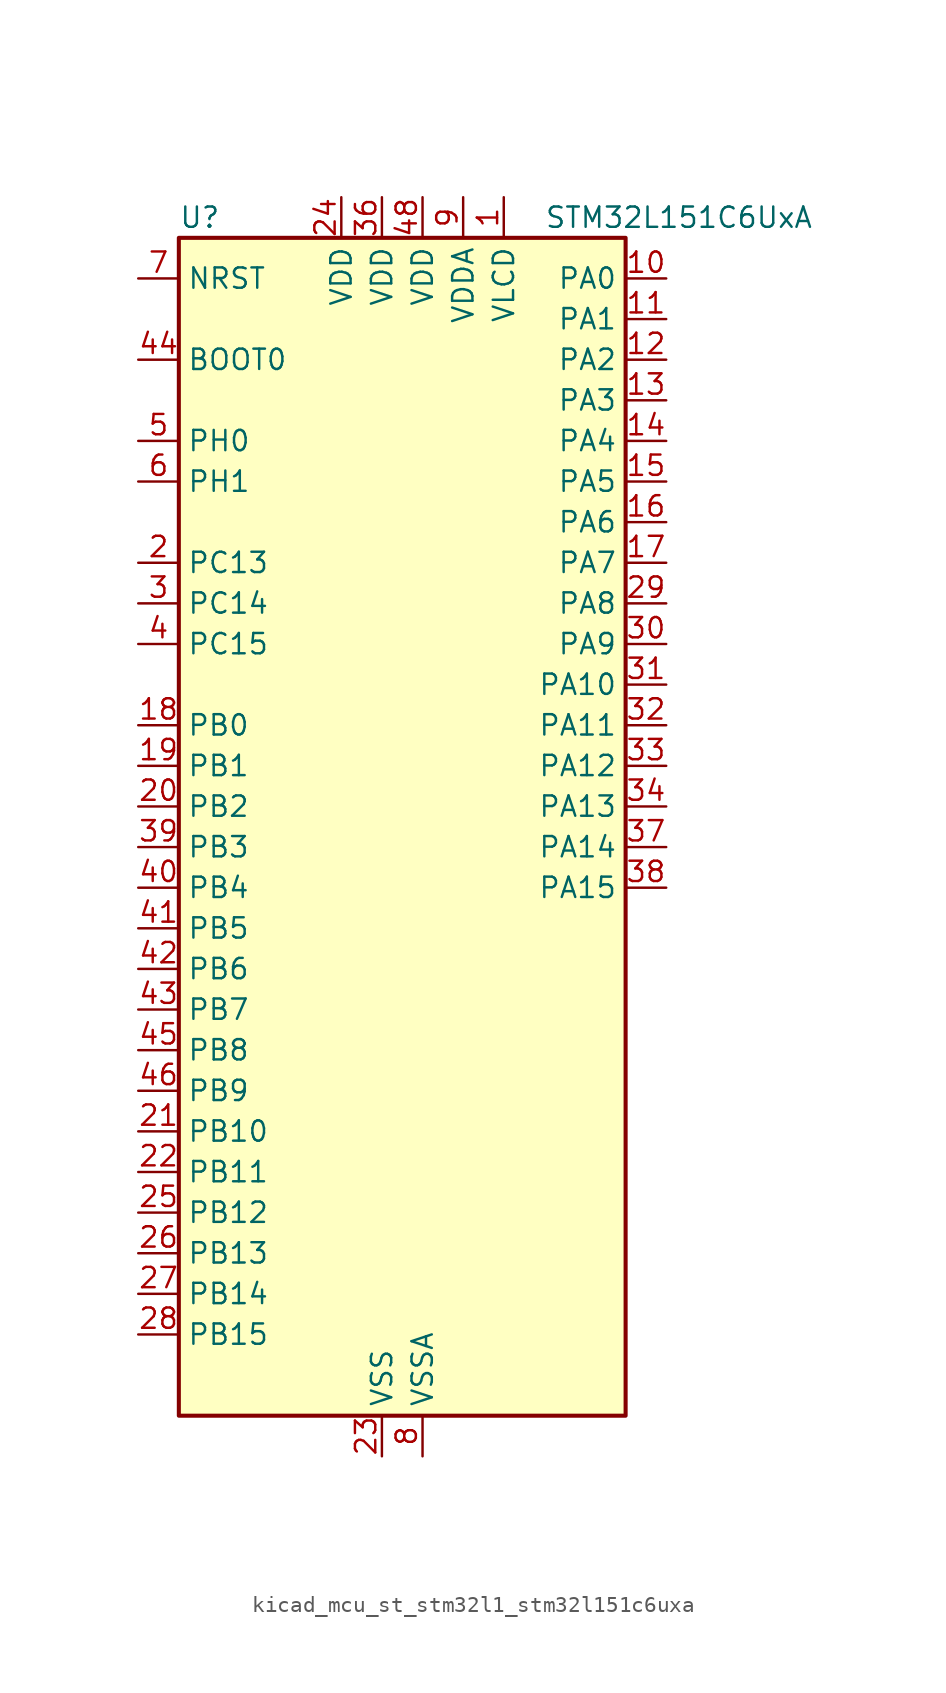
<source format=kicad_sym>
(kicad_symbol_lib
  (version 20220914)
  (generator kicad_symbol_editor)
  (symbol "kicad_mcu_st_stm32l1_stm32l151c6uxa"
    (property "Reference" "U"
      (at -12.7 39.37 0)
      (effects (font (size 1.27 1.27)) (justify left)))
    (property "Value" "STM32L151C6UxA"
      (at 10.16 39.37 0)
      (effects (font (size 1.27 1.27)) (justify left)))
    (property "ki_locked" ""
      (at 0 0 0)
      (effects (font (size 1.27 1.27))))
    (symbol "kicad_mcu_st_stm32l1_stm32l151c6uxa_0_1"
      (rectangle (start -12.7 -35.56) (end 15.24 38.1) (stroke (width 0.254) (type default)) (fill (type background))))
    (symbol "kicad_mcu_st_stm32l1_stm32l151c6uxa_1_1"
      (pin power_in line (at 7.62 40.64 270) (length 2.54) (name "VLCD" (effects (font (size 1.27 1.27)))) (number "1" (effects (font (size 1.27 1.27)))))
      (pin bidirectional line (at 17.78 35.56 180) (length 2.54) (name "PA0" (effects (font (size 1.27 1.27)))) (number "10" (effects (font (size 1.27 1.27)))) (alternate "ADC_IN0" bidirectional line) (alternate "COMP1_INP" bidirectional line) (alternate "RTC_TAMP2" bidirectional line) (alternate "SYS_WKUP1" bidirectional line) (alternate "TIM2_CH1" bidirectional line) (alternate "TIM2_ETR" bidirectional line) (alternate "TIMX_IC1" bidirectional line) (alternate "TS_G1_IO1" bidirectional line) (alternate "USART2_CTS" bidirectional line))
      (pin bidirectional line (at 17.78 33.02 180) (length 2.54) (name "PA1" (effects (font (size 1.27 1.27)))) (number "11" (effects (font (size 1.27 1.27)))) (alternate "ADC_IN1" bidirectional line) (alternate "COMP1_INP" bidirectional line) (alternate "TIM2_CH2" bidirectional line) (alternate "TIMX_IC2" bidirectional line) (alternate "TS_G1_IO2" bidirectional line) (alternate "USART2_RTS" bidirectional line))
      (pin bidirectional line (at 17.78 30.48 180) (length 2.54) (name "PA2" (effects (font (size 1.27 1.27)))) (number "12" (effects (font (size 1.27 1.27)))) (alternate "ADC_IN2" bidirectional line) (alternate "COMP1_INP" bidirectional line) (alternate "TIM2_CH3" bidirectional line) (alternate "TIM9_CH1" bidirectional line) (alternate "TIMX_IC3" bidirectional line) (alternate "TS_G1_IO3" bidirectional line) (alternate "USART2_TX" bidirectional line))
      (pin bidirectional line (at 17.78 27.94 180) (length 2.54) (name "PA3" (effects (font (size 1.27 1.27)))) (number "13" (effects (font (size 1.27 1.27)))) (alternate "ADC_IN3" bidirectional line) (alternate "COMP1_INP" bidirectional line) (alternate "TIM2_CH4" bidirectional line) (alternate "TIM9_CH2" bidirectional line) (alternate "TIMX_IC4" bidirectional line) (alternate "TS_G1_IO4" bidirectional line) (alternate "USART2_RX" bidirectional line))
      (pin bidirectional line (at 17.78 25.4 180) (length 2.54) (name "PA4" (effects (font (size 1.27 1.27)))) (number "14" (effects (font (size 1.27 1.27)))) (alternate "ADC_IN4" bidirectional line) (alternate "COMP1_INP" bidirectional line) (alternate "DAC_OUT1" bidirectional line) (alternate "SPI1_NSS" bidirectional line) (alternate "TIMX_IC1" bidirectional line) (alternate "USART2_CK" bidirectional line))
      (pin bidirectional line (at 17.78 22.86 180) (length 2.54) (name "PA5" (effects (font (size 1.27 1.27)))) (number "15" (effects (font (size 1.27 1.27)))) (alternate "ADC_IN5" bidirectional line) (alternate "COMP1_INP" bidirectional line) (alternate "DAC_OUT2" bidirectional line) (alternate "SPI1_SCK" bidirectional line) (alternate "TIM2_CH1" bidirectional line) (alternate "TIM2_ETR" bidirectional line) (alternate "TIMX_IC2" bidirectional line))
      (pin bidirectional line (at 17.78 20.32 180) (length 2.54) (name "PA6" (effects (font (size 1.27 1.27)))) (number "16" (effects (font (size 1.27 1.27)))) (alternate "ADC_IN6" bidirectional line) (alternate "COMP1_INP" bidirectional line) (alternate "SPI1_MISO" bidirectional line) (alternate "TIM10_CH1" bidirectional line) (alternate "TIM3_CH1" bidirectional line) (alternate "TIMX_IC3" bidirectional line) (alternate "TS_G2_IO1" bidirectional line))
      (pin bidirectional line (at 17.78 17.78 180) (length 2.54) (name "PA7" (effects (font (size 1.27 1.27)))) (number "17" (effects (font (size 1.27 1.27)))) (alternate "ADC_IN7" bidirectional line) (alternate "COMP1_INP" bidirectional line) (alternate "SPI1_MOSI" bidirectional line) (alternate "TIM11_CH1" bidirectional line) (alternate "TIM3_CH2" bidirectional line) (alternate "TIMX_IC4" bidirectional line) (alternate "TS_G2_IO2" bidirectional line))
      (pin bidirectional line (at -15.24 7.62 0) (length 2.54) (name "PB0" (effects (font (size 1.27 1.27)))) (number "18" (effects (font (size 1.27 1.27)))) (alternate "ADC_IN8" bidirectional line) (alternate "COMP1_INP" bidirectional line) (alternate "SYS_V_REF_OUT" bidirectional line) (alternate "TIM3_CH3" bidirectional line) (alternate "TS_G3_IO1" bidirectional line))
      (pin bidirectional line (at -15.24 5.08 0) (length 2.54) (name "PB1" (effects (font (size 1.27 1.27)))) (number "19" (effects (font (size 1.27 1.27)))) (alternate "ADC_IN9" bidirectional line) (alternate "COMP1_INP" bidirectional line) (alternate "SYS_V_REF_OUT" bidirectional line) (alternate "TIM3_CH4" bidirectional line) (alternate "TS_G3_IO2" bidirectional line))
      (pin bidirectional line (at -15.24 17.78 0) (length 2.54) (name "PC13" (effects (font (size 1.27 1.27)))) (number "2" (effects (font (size 1.27 1.27)))) (alternate "RTC_OUT_ALARM" bidirectional line) (alternate "RTC_OUT_CALIB" bidirectional line) (alternate "RTC_TAMP1" bidirectional line) (alternate "RTC_TS" bidirectional line) (alternate "SYS_WKUP2" bidirectional line) (alternate "TIMX_IC2" bidirectional line))
      (pin bidirectional line (at -15.24 2.54 0) (length 2.54) (name "PB2" (effects (font (size 1.27 1.27)))) (number "20" (effects (font (size 1.27 1.27)))) (alternate "TS_G3_IO3" bidirectional line))
      (pin bidirectional line (at -15.24 -17.78 0) (length 2.54) (name "PB10" (effects (font (size 1.27 1.27)))) (number "21" (effects (font (size 1.27 1.27)))) (alternate "I2C2_SCL" bidirectional line) (alternate "TIM2_CH3" bidirectional line) (alternate "USART3_TX" bidirectional line))
      (pin bidirectional line (at -15.24 -20.32 0) (length 2.54) (name "PB11" (effects (font (size 1.27 1.27)))) (number "22" (effects (font (size 1.27 1.27)))) (alternate "ADC_EXTI11" bidirectional line) (alternate "I2C2_SDA" bidirectional line) (alternate "TIM2_CH4" bidirectional line) (alternate "USART3_RX" bidirectional line))
      (pin power_in line (at 0 -38.1 90) (length 2.54) (name "VSS" (effects (font (size 1.27 1.27)))) (number "23" (effects (font (size 1.27 1.27)))))
      (pin power_in line (at -2.54 40.64 270) (length 2.54) (name "VDD" (effects (font (size 1.27 1.27)))) (number "24" (effects (font (size 1.27 1.27)))))
      (pin bidirectional line (at -15.24 -22.86 0) (length 2.54) (name "PB12" (effects (font (size 1.27 1.27)))) (number "25" (effects (font (size 1.27 1.27)))) (alternate "ADC_IN18" bidirectional line) (alternate "COMP1_INP" bidirectional line) (alternate "I2C2_SMBA" bidirectional line) (alternate "SPI2_NSS" bidirectional line) (alternate "TIM10_CH1" bidirectional line) (alternate "TS_G7_IO1" bidirectional line) (alternate "USART3_CK" bidirectional line))
      (pin bidirectional line (at -15.24 -25.4 0) (length 2.54) (name "PB13" (effects (font (size 1.27 1.27)))) (number "26" (effects (font (size 1.27 1.27)))) (alternate "ADC_IN19" bidirectional line) (alternate "COMP1_INP" bidirectional line) (alternate "SPI2_SCK" bidirectional line) (alternate "TIM9_CH1" bidirectional line) (alternate "TS_G7_IO2" bidirectional line) (alternate "USART3_CTS" bidirectional line))
      (pin bidirectional line (at -15.24 -27.94 0) (length 2.54) (name "PB14" (effects (font (size 1.27 1.27)))) (number "27" (effects (font (size 1.27 1.27)))) (alternate "ADC_IN20" bidirectional line) (alternate "COMP1_INP" bidirectional line) (alternate "SPI2_MISO" bidirectional line) (alternate "TIM9_CH2" bidirectional line) (alternate "TS_G7_IO3" bidirectional line) (alternate "USART3_RTS" bidirectional line))
      (pin bidirectional line (at -15.24 -30.48 0) (length 2.54) (name "PB15" (effects (font (size 1.27 1.27)))) (number "28" (effects (font (size 1.27 1.27)))) (alternate "ADC_EXTI15" bidirectional line) (alternate "ADC_IN21" bidirectional line) (alternate "COMP1_INP" bidirectional line) (alternate "RTC_REFIN" bidirectional line) (alternate "SPI2_MOSI" bidirectional line) (alternate "TIM11_CH1" bidirectional line) (alternate "TS_G7_IO4" bidirectional line))
      (pin bidirectional line (at 17.78 15.24 180) (length 2.54) (name "PA8" (effects (font (size 1.27 1.27)))) (number "29" (effects (font (size 1.27 1.27)))) (alternate "RCC_MCO" bidirectional line) (alternate "TIMX_IC1" bidirectional line) (alternate "TS_G4_IO1" bidirectional line) (alternate "USART1_CK" bidirectional line))
      (pin bidirectional line (at -15.24 15.24 0) (length 2.54) (name "PC14" (effects (font (size 1.27 1.27)))) (number "3" (effects (font (size 1.27 1.27)))) (alternate "RCC_OSC32_IN" bidirectional line) (alternate "TIMX_IC3" bidirectional line))
      (pin bidirectional line (at 17.78 12.7 180) (length 2.54) (name "PA9" (effects (font (size 1.27 1.27)))) (number "30" (effects (font (size 1.27 1.27)))) (alternate "DAC_EXTI9" bidirectional line) (alternate "TIMX_IC2" bidirectional line) (alternate "TS_G4_IO2" bidirectional line) (alternate "USART1_TX" bidirectional line))
      (pin bidirectional line (at 17.78 10.16 180) (length 2.54) (name "PA10" (effects (font (size 1.27 1.27)))) (number "31" (effects (font (size 1.27 1.27)))) (alternate "TIMX_IC3" bidirectional line) (alternate "TS_G4_IO3" bidirectional line) (alternate "USART1_RX" bidirectional line))
      (pin bidirectional line (at 17.78 7.62 180) (length 2.54) (name "PA11" (effects (font (size 1.27 1.27)))) (number "32" (effects (font (size 1.27 1.27)))) (alternate "ADC_EXTI11" bidirectional line) (alternate "SPI1_MISO" bidirectional line) (alternate "TIMX_IC4" bidirectional line) (alternate "USART1_CTS" bidirectional line) (alternate "USB_DM" bidirectional line))
      (pin bidirectional line (at 17.78 5.08 180) (length 2.54) (name "PA12" (effects (font (size 1.27 1.27)))) (number "33" (effects (font (size 1.27 1.27)))) (alternate "SPI1_MOSI" bidirectional line) (alternate "TIMX_IC1" bidirectional line) (alternate "USART1_RTS" bidirectional line) (alternate "USB_DP" bidirectional line))
      (pin bidirectional line (at 17.78 2.54 180) (length 2.54) (name "PA13" (effects (font (size 1.27 1.27)))) (number "34" (effects (font (size 1.27 1.27)))) (alternate "SYS_JTMS-SWDIO" bidirectional line) (alternate "TIMX_IC2" bidirectional line) (alternate "TS_G5_IO1" bidirectional line))
      (pin passive line (at 0 -38.1 90) (length 2.54) hide (name "VSS" (effects (font (size 1.27 1.27)))) (number "35" (effects (font (size 1.27 1.27)))))
      (pin power_in line (at 0 40.64 270) (length 2.54) (name "VDD" (effects (font (size 1.27 1.27)))) (number "36" (effects (font (size 1.27 1.27)))))
      (pin bidirectional line (at 17.78 0 180) (length 2.54) (name "PA14" (effects (font (size 1.27 1.27)))) (number "37" (effects (font (size 1.27 1.27)))) (alternate "SYS_JTCK-SWCLK" bidirectional line) (alternate "TIMX_IC3" bidirectional line) (alternate "TS_G5_IO2" bidirectional line))
      (pin bidirectional line (at 17.78 -2.54 180) (length 2.54) (name "PA15" (effects (font (size 1.27 1.27)))) (number "38" (effects (font (size 1.27 1.27)))) (alternate "ADC_EXTI15" bidirectional line) (alternate "SPI1_NSS" bidirectional line) (alternate "SYS_JTDI" bidirectional line) (alternate "TIM2_CH1" bidirectional line) (alternate "TIM2_ETR" bidirectional line) (alternate "TIMX_IC4" bidirectional line) (alternate "TS_G5_IO3" bidirectional line))
      (pin bidirectional line (at -15.24 0 0) (length 2.54) (name "PB3" (effects (font (size 1.27 1.27)))) (number "39" (effects (font (size 1.27 1.27)))) (alternate "COMP2_INM" bidirectional line) (alternate "SPI1_SCK" bidirectional line) (alternate "SYS_JTDO-TRACESWO" bidirectional line) (alternate "TIM2_CH2" bidirectional line))
      (pin bidirectional line (at -15.24 12.7 0) (length 2.54) (name "PC15" (effects (font (size 1.27 1.27)))) (number "4" (effects (font (size 1.27 1.27)))) (alternate "ADC_EXTI15" bidirectional line) (alternate "RCC_OSC32_OUT" bidirectional line) (alternate "TIMX_IC4" bidirectional line))
      (pin bidirectional line (at -15.24 -2.54 0) (length 2.54) (name "PB4" (effects (font (size 1.27 1.27)))) (number "40" (effects (font (size 1.27 1.27)))) (alternate "COMP2_INP" bidirectional line) (alternate "SPI1_MISO" bidirectional line) (alternate "SYS_JTRST" bidirectional line) (alternate "TIM3_CH1" bidirectional line) (alternate "TS_G6_IO1" bidirectional line))
      (pin bidirectional line (at -15.24 -5.08 0) (length 2.54) (name "PB5" (effects (font (size 1.27 1.27)))) (number "41" (effects (font (size 1.27 1.27)))) (alternate "COMP2_INP" bidirectional line) (alternate "I2C1_SMBA" bidirectional line) (alternate "SPI1_MOSI" bidirectional line) (alternate "TIM3_CH2" bidirectional line) (alternate "TS_G6_IO2" bidirectional line))
      (pin bidirectional line (at -15.24 -7.62 0) (length 2.54) (name "PB6" (effects (font (size 1.27 1.27)))) (number "42" (effects (font (size 1.27 1.27)))) (alternate "I2C1_SCL" bidirectional line) (alternate "TIM4_CH1" bidirectional line) (alternate "TS_G6_IO3" bidirectional line) (alternate "USART1_TX" bidirectional line))
      (pin bidirectional line (at -15.24 -10.16 0) (length 2.54) (name "PB7" (effects (font (size 1.27 1.27)))) (number "43" (effects (font (size 1.27 1.27)))) (alternate "I2C1_SDA" bidirectional line) (alternate "SYS_PVD_IN" bidirectional line) (alternate "TIM4_CH2" bidirectional line) (alternate "TS_G6_IO4" bidirectional line) (alternate "USART1_RX" bidirectional line))
      (pin input line (at -15.24 30.48 0) (length 2.54) (name "BOOT0" (effects (font (size 1.27 1.27)))) (number "44" (effects (font (size 1.27 1.27)))))
      (pin bidirectional line (at -15.24 -12.7 0) (length 2.54) (name "PB8" (effects (font (size 1.27 1.27)))) (number "45" (effects (font (size 1.27 1.27)))) (alternate "I2C1_SCL" bidirectional line) (alternate "TIM10_CH1" bidirectional line) (alternate "TIM4_CH3" bidirectional line))
      (pin bidirectional line (at -15.24 -15.24 0) (length 2.54) (name "PB9" (effects (font (size 1.27 1.27)))) (number "46" (effects (font (size 1.27 1.27)))) (alternate "DAC_EXTI9" bidirectional line) (alternate "I2C1_SDA" bidirectional line) (alternate "TIM11_CH1" bidirectional line) (alternate "TIM4_CH4" bidirectional line))
      (pin passive line (at 0 -38.1 90) (length 2.54) hide (name "VSS" (effects (font (size 1.27 1.27)))) (number "47" (effects (font (size 1.27 1.27)))))
      (pin power_in line (at 2.54 40.64 270) (length 2.54) (name "VDD" (effects (font (size 1.27 1.27)))) (number "48" (effects (font (size 1.27 1.27)))))
      (pin passive line (at 0 -38.1 90) (length 2.54) hide (name "VSS" (effects (font (size 1.27 1.27)))) (number "49" (effects (font (size 1.27 1.27)))))
      (pin bidirectional line (at -15.24 25.4 0) (length 2.54) (name "PH0" (effects (font (size 1.27 1.27)))) (number "5" (effects (font (size 1.27 1.27)))) (alternate "RCC_OSC_IN" bidirectional line))
      (pin bidirectional line (at -15.24 22.86 0) (length 2.54) (name "PH1" (effects (font (size 1.27 1.27)))) (number "6" (effects (font (size 1.27 1.27)))) (alternate "RCC_OSC_OUT" bidirectional line))
      (pin input line (at -15.24 35.56 0) (length 2.54) (name "NRST" (effects (font (size 1.27 1.27)))) (number "7" (effects (font (size 1.27 1.27)))))
      (pin power_in line (at 2.54 -38.1 90) (length 2.54) (name "VSSA" (effects (font (size 1.27 1.27)))) (number "8" (effects (font (size 1.27 1.27)))))
      (pin power_in line (at 5.08 40.64 270) (length 2.54) (name "VDDA" (effects (font (size 1.27 1.27)))) (number "9" (effects (font (size 1.27 1.27))))))))
</source>
